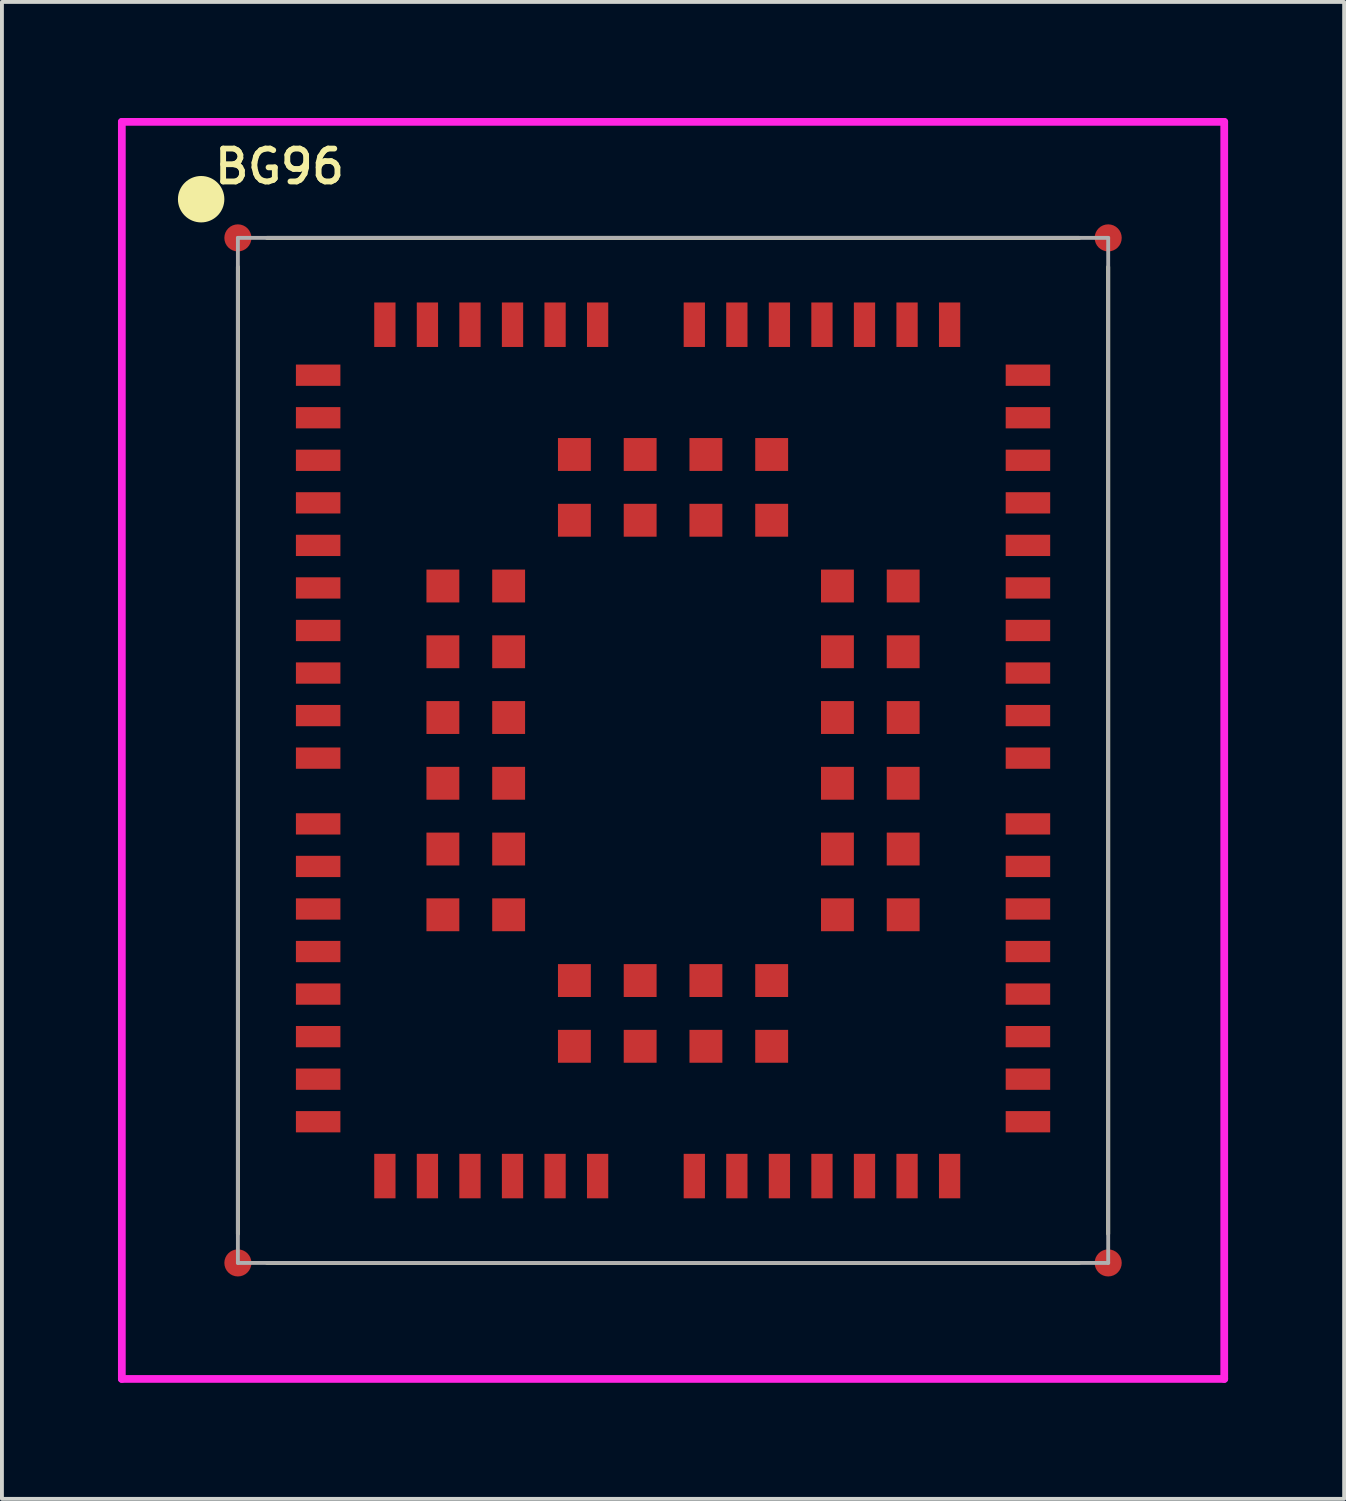
<source format=kicad_pcb>
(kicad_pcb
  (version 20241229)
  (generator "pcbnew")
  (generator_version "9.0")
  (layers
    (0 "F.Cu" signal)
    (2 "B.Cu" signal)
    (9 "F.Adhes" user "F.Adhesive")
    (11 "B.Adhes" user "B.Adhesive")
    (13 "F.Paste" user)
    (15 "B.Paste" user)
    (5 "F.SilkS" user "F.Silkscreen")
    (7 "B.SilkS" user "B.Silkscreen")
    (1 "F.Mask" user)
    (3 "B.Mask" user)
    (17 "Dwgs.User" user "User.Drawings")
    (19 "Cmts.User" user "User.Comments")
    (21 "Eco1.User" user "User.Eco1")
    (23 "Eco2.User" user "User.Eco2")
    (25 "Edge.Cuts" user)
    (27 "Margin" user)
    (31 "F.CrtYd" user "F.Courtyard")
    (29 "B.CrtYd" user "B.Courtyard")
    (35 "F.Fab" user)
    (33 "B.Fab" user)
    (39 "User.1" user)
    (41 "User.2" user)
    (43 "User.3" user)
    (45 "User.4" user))
  (footprint "BG96"
    (layer "F.Cu")
    (at 14.35 16.35)
    (property "Reference" "BG96" (at -10.174 -15.094 0) (layer "F.SilkS") (effects (font (size 0.85 0.85) (thickness 0.15))))
    (attr through_hole)
    (fp_line (start -11.25 12.5) (end -11.25 -12.5) (stroke (width 0.1) (type solid)) (layer "F.SilkS"))
    (fp_line (start -10.5 -13.25) (end 10.5 -13.25) (stroke (width 0.1) (type solid)) (layer "F.SilkS"))
    (fp_line (start 10.5 13.25) (end -10.5 13.25) (stroke (width 0.1) (type solid)) (layer "F.SilkS"))
    (fp_line (start 11.25 -12.5) (end 11.25 12.5) (stroke (width 0.1) (type solid)) (layer "F.SilkS"))
    (fp_line (start -14.25 -16.25) (end 14.25 -16.25) (stroke (width 0.2) (type solid)) (layer "F.CrtYd"))
    (fp_line (start -14.25 16.25) (end -14.25 -16.25) (stroke (width 0.2) (type solid)) (layer "F.CrtYd"))
    (fp_line (start 14.25 -16.25) (end 14.25 16.25) (stroke (width 0.2) (type solid)) (layer "F.CrtYd"))
    (fp_line (start 14.25 16.25) (end -14.25 16.25) (stroke (width 0.2) (type solid)) (layer "F.CrtYd"))
    (fp_line (start -11.25 -13.25) (end 11.25 -13.25) (stroke (width 0.1) (type solid)) (layer "F.Fab"))
    (fp_line (start -11.25 13.25) (end -11.25 -13.25) (stroke (width 0.1) (type solid)) (layer "F.Fab"))
    (fp_line (start 11.25 -13.25) (end 11.25 13.25) (stroke (width 0.1) (type solid)) (layer "F.Fab"))
    (fp_line (start 11.25 13.25) (end -11.25 13.25) (stroke (width 0.1) (type solid)) (layer "F.Fab"))
    (pad "" smd circle (at -12.2 -14.25 90) (size 1.2 1.2) (layers "F.SilkS"))
    (pad "0" smd circle (at -11.25 -13.25 90) (size 0.7 0.7) (layers "F.Cu" "F.Mask"))
    (pad "0" smd circle (at -11.25 13.25 90) (size 0.7 0.7) (layers "F.Cu" "F.Mask"))
    (pad "0" smd circle (at 11.25 -13.25 90) (size 0.7 0.7) (layers "F.Cu" "F.Mask"))
    (pad "0" smd circle (at 11.25 13.25 90) (size 0.7 0.7) (layers "F.Cu" "F.Mask"))
    (pad "1" smd rect (at -9.175 -9.7) (size 1.15 0.55) (layers "F.Cu" "F.Mask" "F.Paste"))
    (pad "2" smd rect (at -9.175 -8.6) (size 1.15 0.55) (layers "F.Cu" "F.Mask" "F.Paste"))
    (pad "3" smd rect (at -9.175 -7.5) (size 1.15 0.55) (layers "F.Cu" "F.Mask" "F.Paste"))
    (pad "4" smd rect (at -9.175 -6.4) (size 1.15 0.55) (layers "F.Cu" "F.Mask" "F.Paste"))
    (pad "5" smd rect (at -9.175 -5.3) (size 1.15 0.55) (layers "F.Cu" "F.Mask" "F.Paste"))
    (pad "6" smd rect (at -9.175 -4.2) (size 1.15 0.55) (layers "F.Cu" "F.Mask" "F.Paste"))
    (pad "7" smd rect (at -9.175 -3.1) (size 1.15 0.55) (layers "F.Cu" "F.Mask" "F.Paste"))
    (pad "8" smd rect (at -9.175 -2) (size 1.15 0.55) (layers "F.Cu" "F.Mask" "F.Paste"))
    (pad "9" smd rect (at -9.175 -0.9) (size 1.15 0.55) (layers "F.Cu" "F.Mask" "F.Paste"))
    (pad "10" smd rect (at -9.175 0.2) (size 1.15 0.55) (layers "F.Cu" "F.Mask" "F.Paste"))
    (pad "11" smd rect (at -9.175 1.9) (size 1.15 0.55) (layers "F.Cu" "F.Mask" "F.Paste"))
    (pad "12" smd rect (at -9.175 3) (size 1.15 0.55) (layers "F.Cu" "F.Mask" "F.Paste"))
    (pad "13" smd rect (at -9.175 4.1) (size 1.15 0.55) (layers "F.Cu" "F.Mask" "F.Paste"))
    (pad "14" smd rect (at -9.175 5.2) (size 1.15 0.55) (layers "F.Cu" "F.Mask" "F.Paste"))
    (pad "15" smd rect (at -9.175 6.3) (size 1.15 0.55) (layers "F.Cu" "F.Mask" "F.Paste"))
    (pad "16" smd rect (at -9.175 7.4) (size 1.15 0.55) (layers "F.Cu" "F.Mask" "F.Paste"))
    (pad "17" smd rect (at -9.175 8.5) (size 1.15 0.55) (layers "F.Cu" "F.Mask" "F.Paste"))
    (pad "18" smd rect (at -9.175 9.6) (size 1.15 0.55) (layers "F.Cu" "F.Mask" "F.Paste"))
    (pad "19" smd rect (at -7.45 11.005 90) (size 1.15 0.55) (layers "F.Cu" "F.Mask" "F.Paste"))
    (pad "20" smd rect (at -6.35 11.005 90) (size 1.15 0.55) (layers "F.Cu" "F.Mask" "F.Paste"))
    (pad "21" smd rect (at -5.25 11.005 90) (size 1.15 0.55) (layers "F.Cu" "F.Mask" "F.Paste"))
    (pad "22" smd rect (at -4.15 11.005 90) (size 1.15 0.55) (layers "F.Cu" "F.Mask" "F.Paste"))
    (pad "23" smd rect (at -3.05 11.005 90) (size 1.15 0.55) (layers "F.Cu" "F.Mask" "F.Paste"))
    (pad "24" smd rect (at -1.95 11.005 90) (size 1.15 0.55) (layers "F.Cu" "F.Mask" "F.Paste"))
    (pad "25" smd rect (at 0.55 11.005 90) (size 1.15 0.55) (layers "F.Cu" "F.Mask" "F.Paste"))
    (pad "26" smd rect (at 1.65 11.005 90) (size 1.15 0.55) (layers "F.Cu" "F.Mask" "F.Paste"))
    (pad "27" smd rect (at 2.75 11.005 90) (size 1.15 0.55) (layers "F.Cu" "F.Mask" "F.Paste"))
    (pad "28" smd rect (at 3.85 11.005 90) (size 1.15 0.55) (layers "F.Cu" "F.Mask" "F.Paste"))
    (pad "29" smd rect (at 4.95 11.005 90) (size 1.15 0.55) (layers "F.Cu" "F.Mask" "F.Paste"))
    (pad "30" smd rect (at 6.05 11.005 90) (size 1.15 0.55) (layers "F.Cu" "F.Mask" "F.Paste"))
    (pad "31" smd rect (at 7.15 11.005 90) (size 1.15 0.55) (layers "F.Cu" "F.Mask" "F.Paste"))
    (pad "32" smd rect (at 9.175 9.6 180) (size 1.15 0.55) (layers "F.Cu" "F.Mask" "F.Paste"))
    (pad "33" smd rect (at 9.175 8.5 180) (size 1.15 0.55) (layers "F.Cu" "F.Mask" "F.Paste"))
    (pad "34" smd rect (at 9.175 7.4 180) (size 1.15 0.55) (layers "F.Cu" "F.Mask" "F.Paste"))
    (pad "35" smd rect (at 9.175 6.3 180) (size 1.15 0.55) (layers "F.Cu" "F.Mask" "F.Paste"))
    (pad "36" smd rect (at 9.175 5.2 180) (size 1.15 0.55) (layers "F.Cu" "F.Mask" "F.Paste"))
    (pad "37" smd rect (at 9.175 4.1 180) (size 1.15 0.55) (layers "F.Cu" "F.Mask" "F.Paste"))
    (pad "38" smd rect (at 9.175 3 180) (size 1.15 0.55) (layers "F.Cu" "F.Mask" "F.Paste"))
    (pad "39" smd rect (at 9.175 1.9 180) (size 1.15 0.55) (layers "F.Cu" "F.Mask" "F.Paste"))
    (pad "40" smd rect (at 9.175 0.2 180) (size 1.15 0.55) (layers "F.Cu" "F.Mask" "F.Paste"))
    (pad "41" smd rect (at 9.175 -0.9 180) (size 1.15 0.55) (layers "F.Cu" "F.Mask" "F.Paste"))
    (pad "42" smd rect (at 9.175 -2 180) (size 1.15 0.55) (layers "F.Cu" "F.Mask" "F.Paste"))
    (pad "43" smd rect (at 9.175 -3.1 180) (size 1.15 0.55) (layers "F.Cu" "F.Mask" "F.Paste"))
    (pad "44" smd rect (at 9.175 -4.2 180) (size 1.15 0.55) (layers "F.Cu" "F.Mask" "F.Paste"))
    (pad "45" smd rect (at 9.175 -5.3 180) (size 1.15 0.55) (layers "F.Cu" "F.Mask" "F.Paste"))
    (pad "46" smd rect (at 9.175 -6.4 180) (size 1.15 0.55) (layers "F.Cu" "F.Mask" "F.Paste"))
    (pad "47" smd rect (at 9.175 -7.5 180) (size 1.15 0.55) (layers "F.Cu" "F.Mask" "F.Paste"))
    (pad "48" smd rect (at 9.175 -8.6 180) (size 1.15 0.55) (layers "F.Cu" "F.Mask" "F.Paste"))
    (pad "49" smd rect (at 9.175 -9.7 180) (size 1.15 0.55) (layers "F.Cu" "F.Mask" "F.Paste"))
    (pad "50" smd rect (at 7.15 -11.005 270) (size 1.15 0.55) (layers "F.Cu" "F.Mask" "F.Paste"))
    (pad "51" smd rect (at 6.05 -11.005 270) (size 1.15 0.55) (layers "F.Cu" "F.Mask" "F.Paste"))
    (pad "52" smd rect (at 4.95 -11.005 270) (size 1.15 0.55) (layers "F.Cu" "F.Mask" "F.Paste"))
    (pad "53" smd rect (at 3.85 -11.005 270) (size 1.15 0.55) (layers "F.Cu" "F.Mask" "F.Paste"))
    (pad "54" smd rect (at 2.75 -11.005 270) (size 1.15 0.55) (layers "F.Cu" "F.Mask" "F.Paste"))
    (pad "55" smd rect (at 1.65 -11.005 270) (size 1.15 0.55) (layers "F.Cu" "F.Mask" "F.Paste"))
    (pad "56" smd rect (at 0.55 -11.005 270) (size 1.15 0.55) (layers "F.Cu" "F.Mask" "F.Paste"))
    (pad "57" smd rect (at -1.95 -11.005 270) (size 1.15 0.55) (layers "F.Cu" "F.Mask" "F.Paste"))
    (pad "58" smd rect (at -3.05 -11.005 270) (size 1.15 0.55) (layers "F.Cu" "F.Mask" "F.Paste"))
    (pad "59" smd rect (at -4.15 -11.005 270) (size 1.15 0.55) (layers "F.Cu" "F.Mask" "F.Paste"))
    (pad "60" smd rect (at -5.25 -11.005 270) (size 1.15 0.55) (layers "F.Cu" "F.Mask" "F.Paste"))
    (pad "61" smd rect (at -6.35 -11.005 270) (size 1.15 0.55) (layers "F.Cu" "F.Mask" "F.Paste"))
    (pad "62" smd rect (at -7.45 -11.005 270) (size 1.15 0.55) (layers "F.Cu" "F.Mask" "F.Paste"))
    (pad "63" smd rect (at -5.95 -4.25) (size 0.85 0.85) (layers "F.Cu" "F.Mask" "F.Paste"))
    (pad "64" smd rect (at -5.95 -2.55) (size 0.85 0.85) (layers "F.Cu" "F.Mask" "F.Paste"))
    (pad "65" smd rect (at -5.95 -0.85) (size 0.85 0.85) (layers "F.Cu" "F.Mask" "F.Paste"))
    (pad "66" smd rect (at -5.95 0.85) (size 0.85 0.85) (layers "F.Cu" "F.Mask" "F.Paste"))
    (pad "67" smd rect (at -5.95 2.55) (size 0.85 0.85) (layers "F.Cu" "F.Mask" "F.Paste"))
    (pad "68" smd rect (at -5.95 4.25) (size 0.85 0.85) (layers "F.Cu" "F.Mask" "F.Paste"))
    (pad "69" smd rect (at -2.55 7.65) (size 0.85 0.85) (layers "F.Cu" "F.Mask" "F.Paste"))
    (pad "70" smd rect (at -0.85 7.65) (size 0.85 0.85) (layers "F.Cu" "F.Mask" "F.Paste"))
    (pad "71" smd rect (at 0.85 7.65) (size 0.85 0.85) (layers "F.Cu" "F.Mask" "F.Paste"))
    (pad "72" smd rect (at 2.55 7.65) (size 0.85 0.85) (layers "F.Cu" "F.Mask" "F.Paste"))
    (pad "73" smd rect (at 5.95 4.25) (size 0.85 0.85) (layers "F.Cu" "F.Mask" "F.Paste"))
    (pad "74" smd rect (at 5.95 2.55) (size 0.85 0.85) (layers "F.Cu" "F.Mask" "F.Paste"))
    (pad "75" smd rect (at 5.95 0.85) (size 0.85 0.85) (layers "F.Cu" "F.Mask" "F.Paste"))
    (pad "76" smd rect (at 5.95 -0.85) (size 0.85 0.85) (layers "F.Cu" "F.Mask" "F.Paste"))
    (pad "77" smd rect (at 5.95 -2.55) (size 0.85 0.85) (layers "F.Cu" "F.Mask" "F.Paste"))
    (pad "78" smd rect (at 5.95 -4.25) (size 0.85 0.85) (layers "F.Cu" "F.Mask" "F.Paste"))
    (pad "79" smd rect (at 2.55 -7.65) (size 0.85 0.85) (layers "F.Cu" "F.Mask" "F.Paste"))
    (pad "80" smd rect (at 0.85 -7.65) (size 0.85 0.85) (layers "F.Cu" "F.Mask" "F.Paste"))
    (pad "81" smd rect (at -0.85 -7.65) (size 0.85 0.85) (layers "F.Cu" "F.Mask" "F.Paste"))
    (pad "82" smd rect (at -2.55 -7.65) (size 0.85 0.85) (layers "F.Cu" "F.Mask" "F.Paste"))
    (pad "83" smd rect (at -4.25 -4.25) (size 0.85 0.85) (layers "F.Cu" "F.Mask" "F.Paste"))
    (pad "84" smd rect (at -4.25 -2.55) (size 0.85 0.85) (layers "F.Cu" "F.Mask" "F.Paste"))
    (pad "85" smd rect (at -4.25 -0.85) (size 0.85 0.85) (layers "F.Cu" "F.Mask" "F.Paste"))
    (pad "86" smd rect (at -4.25 0.85) (size 0.85 0.85) (layers "F.Cu" "F.Mask" "F.Paste"))
    (pad "87" smd rect (at -4.25 2.55) (size 0.85 0.85) (layers "F.Cu" "F.Mask" "F.Paste"))
    (pad "88" smd rect (at -4.25 4.25) (size 0.85 0.85) (layers "F.Cu" "F.Mask" "F.Paste"))
    (pad "89" smd rect (at -2.55 5.95) (size 0.85 0.85) (layers "F.Cu" "F.Mask" "F.Paste"))
    (pad "90" smd rect (at -0.85 5.95) (size 0.85 0.85) (layers "F.Cu" "F.Mask" "F.Paste"))
    (pad "91" smd rect (at 0.85 5.95) (size 0.85 0.85) (layers "F.Cu" "F.Mask" "F.Paste"))
    (pad "92" smd rect (at 2.55 5.95) (size 0.85 0.85) (layers "F.Cu" "F.Mask" "F.Paste"))
    (pad "93" smd rect (at 4.25 4.25) (size 0.85 0.85) (layers "F.Cu" "F.Mask" "F.Paste"))
    (pad "94" smd rect (at 4.25 2.55) (size 0.85 0.85) (layers "F.Cu" "F.Mask" "F.Paste"))
    (pad "95" smd rect (at 4.25 0.85) (size 0.85 0.85) (layers "F.Cu" "F.Mask" "F.Paste"))
    (pad "96" smd rect (at 4.25 -0.85) (size 0.85 0.85) (layers "F.Cu" "F.Mask" "F.Paste"))
    (pad "97" smd rect (at 4.25 -2.55) (size 0.85 0.85) (layers "F.Cu" "F.Mask" "F.Paste"))
    (pad "98" smd rect (at 4.25 -4.25) (size 0.85 0.85) (layers "F.Cu" "F.Mask" "F.Paste"))
    (pad "99" smd rect (at 2.55 -5.95) (size 0.85 0.85) (layers "F.Cu" "F.Mask" "F.Paste"))
    (pad "100" smd rect (at 0.85 -5.95) (size 0.85 0.85) (layers "F.Cu" "F.Mask" "F.Paste"))
    (pad "101" smd rect (at -0.85 -5.95) (size 0.85 0.85) (layers "F.Cu" "F.Mask" "F.Paste"))
    (pad "102" smd rect (at -2.55 -5.95) (size 0.85 0.85) (layers "F.Cu" "F.Mask" "F.Paste")))
  (gr_rect
    (start -3 -3)
    (end 31.7 35.7)
    (stroke (width 0.1) (type default))
    (fill no)
    (layer "Edge.Cuts")))
</source>
